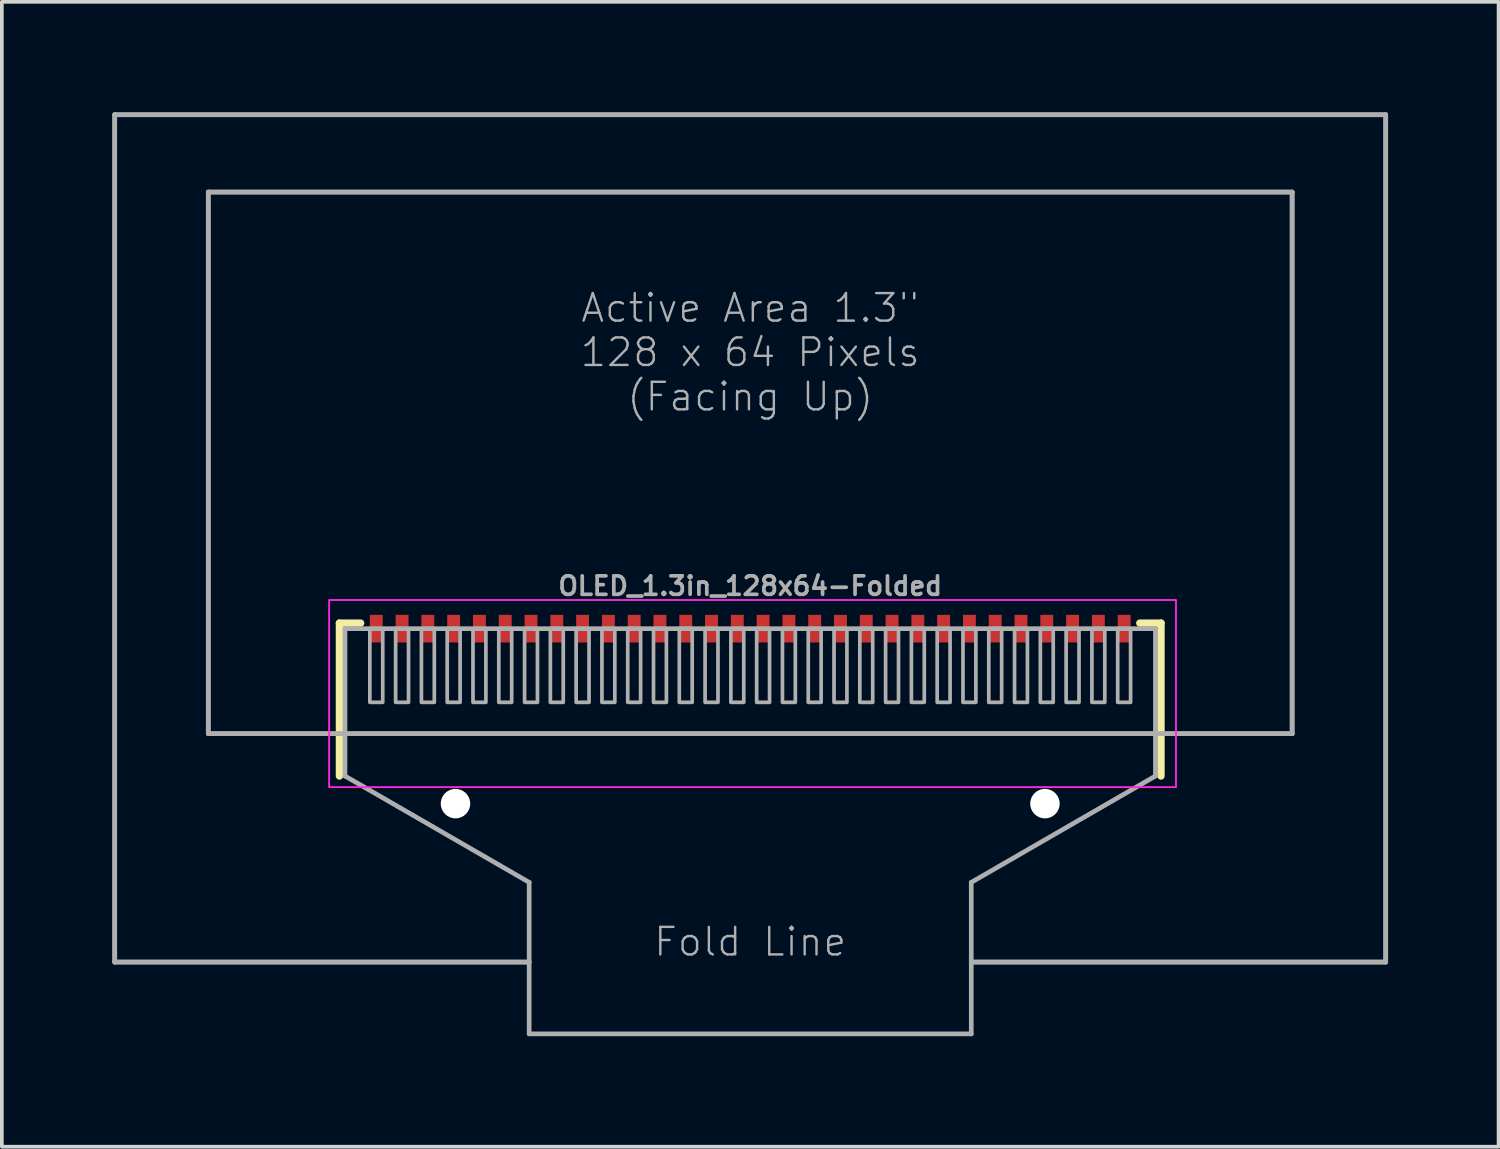
<source format=kicad_pcb>
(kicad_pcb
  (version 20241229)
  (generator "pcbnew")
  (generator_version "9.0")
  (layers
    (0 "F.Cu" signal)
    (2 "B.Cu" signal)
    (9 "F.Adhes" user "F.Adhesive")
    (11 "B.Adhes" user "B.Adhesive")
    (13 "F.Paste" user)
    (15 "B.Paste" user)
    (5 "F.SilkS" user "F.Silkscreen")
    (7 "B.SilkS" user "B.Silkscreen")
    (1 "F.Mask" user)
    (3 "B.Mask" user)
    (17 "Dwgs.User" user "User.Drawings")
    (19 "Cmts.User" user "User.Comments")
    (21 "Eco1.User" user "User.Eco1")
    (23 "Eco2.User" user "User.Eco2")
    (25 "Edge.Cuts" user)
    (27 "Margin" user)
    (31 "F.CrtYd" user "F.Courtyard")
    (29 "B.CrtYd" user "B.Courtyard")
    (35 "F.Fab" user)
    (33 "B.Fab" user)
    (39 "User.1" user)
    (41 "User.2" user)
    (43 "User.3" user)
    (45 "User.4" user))
  (footprint "OLED_1.3in_128x64-Folded"
    (layer "F.Cu")
    (at 17.314 13.014)
    (property "Reference" "OLED_1.3in_128x64-Folded" (at 0 -0.159 0) (unlocked yes) (layer "F.Fab") (effects (font (size 0.5 0.5) (thickness 0.1))))
    (fp_line (start -11.15 0.85) (end -11.15 5) (stroke (width 0.2) (type solid)) (layer "F.SilkS"))
    (fp_line (start -10.575 0.85) (end -11.15 0.85) (stroke (width 0.2) (type solid)) (layer "F.SilkS"))
    (fp_line (start 10.575 0.85) (end 11.15 0.85) (stroke (width 0.2) (type solid)) (layer "F.SilkS"))
    (fp_line (start 11.15 0.85) (end 11.15 5) (stroke (width 0.2) (type solid)) (layer "F.SilkS"))
    (fp_rect (start -11.43 0.222) (end 11.557 5.302) (stroke (width 0.05) (type default)) (fill no) (layer "F.CrtYd"))
    (fp_line (start -17.25 -12.95) (end -17.25 10.05) (stroke (width 0.127) (type solid)) (layer "F.Fab"))
    (fp_line (start -17.25 -12.95) (end -17.25 10.05) (stroke (width 0.127) (type solid)) (layer "F.Fab"))
    (fp_line (start -17.25 10.05) (end -6 10.05) (stroke (width 0.127) (type solid)) (layer "F.Fab"))
    (fp_line (start -17.25 10.05) (end -6 10.05) (stroke (width 0.127) (type solid)) (layer "F.Fab"))
    (fp_line (start -14.71 -10.85) (end -14.71 3.85) (stroke (width 0.127) (type solid)) (layer "F.Fab"))
    (fp_line (start -14.71 -10.85) (end -14.71 3.85) (stroke (width 0.127) (type solid)) (layer "F.Fab"))
    (fp_line (start -14.71 3.85) (end 14.71 3.85) (stroke (width 0.127) (type solid)) (layer "F.Fab"))
    (fp_line (start -14.71 3.85) (end 14.71 3.85) (stroke (width 0.127) (type solid)) (layer "F.Fab"))
    (fp_line (start -11 1) (end -11 5) (stroke (width 0.127) (type solid)) (layer "F.Fab"))
    (fp_line (start -11 5) (end -6 7.887) (stroke (width 0.127) (type solid)) (layer "F.Fab"))
    (fp_line (start -6 7.887) (end -6 12) (stroke (width 0.127) (type solid)) (layer "F.Fab"))
    (fp_line (start 6 7.887) (end 11 5) (stroke (width 0.127) (type solid)) (layer "F.Fab"))
    (fp_line (start 6 10.05) (end 17.25 10.05) (stroke (width 0.127) (type solid)) (layer "F.Fab"))
    (fp_line (start 6 10.05) (end 17.25 10.05) (stroke (width 0.127) (type solid)) (layer "F.Fab"))
    (fp_line (start 6 12) (end -6 12) (stroke (width 0.127) (type solid)) (layer "F.Fab"))
    (fp_line (start 6 12) (end 6 7.887) (stroke (width 0.127) (type solid)) (layer "F.Fab"))
    (fp_line (start 11 1) (end -11 1) (stroke (width 0.127) (type solid)) (layer "F.Fab"))
    (fp_line (start 11 5) (end 11 1) (stroke (width 0.127) (type solid)) (layer "F.Fab"))
    (fp_line (start 14.71 -10.85) (end -14.71 -10.85) (stroke (width 0.127) (type solid)) (layer "F.Fab"))
    (fp_line (start 14.71 -10.85) (end -14.71 -10.85) (stroke (width 0.127) (type solid)) (layer "F.Fab"))
    (fp_line (start 14.71 3.85) (end 14.71 -10.85) (stroke (width 0.127) (type solid)) (layer "F.Fab"))
    (fp_line (start 14.71 3.85) (end 14.71 -10.85) (stroke (width 0.127) (type solid)) (layer "F.Fab"))
    (fp_line (start 17.25 -12.95) (end -17.25 -12.95) (stroke (width 0.127) (type solid)) (layer "F.Fab"))
    (fp_line (start 17.25 -12.95) (end -17.25 -12.95) (stroke (width 0.127) (type solid)) (layer "F.Fab"))
    (fp_line (start 17.25 10.05) (end 17.25 -12.95) (stroke (width 0.127) (type solid)) (layer "F.Fab"))
    (fp_line (start 17.25 10.05) (end 17.25 -12.95) (stroke (width 0.127) (type solid)) (layer "F.Fab"))
    (fp_poly (pts (xy -10.325 3) (xy -9.975 3) (xy -9.975 1) (xy -10.325 1)) (stroke (width 0.1) (type default)) (fill no) (layer "F.Fab"))
    (fp_poly (pts (xy -9.625 3) (xy -9.275 3) (xy -9.275 1) (xy -9.625 1)) (stroke (width 0.1) (type default)) (fill no) (layer "F.Fab"))
    (fp_poly (pts (xy -8.925 3) (xy -8.575 3) (xy -8.575 1) (xy -8.925 1)) (stroke (width 0.1) (type default)) (fill no) (layer "F.Fab"))
    (fp_poly (pts (xy -8.225 3) (xy -7.875 3) (xy -7.875 1) (xy -8.225 1)) (stroke (width 0.1) (type default)) (fill no) (layer "F.Fab"))
    (fp_poly (pts (xy -7.525 3) (xy -7.175 3) (xy -7.175 1) (xy -7.525 1)) (stroke (width 0.1) (type default)) (fill no) (layer "F.Fab"))
    (fp_poly (pts (xy -6.825 3) (xy -6.475 3) (xy -6.475 1) (xy -6.825 1)) (stroke (width 0.1) (type default)) (fill no) (layer "F.Fab"))
    (fp_poly (pts (xy -6.125 3) (xy -5.775 3) (xy -5.775 1) (xy -6.125 1)) (stroke (width 0.1) (type default)) (fill no) (layer "F.Fab"))
    (fp_poly (pts (xy -5.425 3) (xy -5.075 3) (xy -5.075 1) (xy -5.425 1)) (stroke (width 0.1) (type default)) (fill no) (layer "F.Fab"))
    (fp_poly (pts (xy -4.725 3) (xy -4.375 3) (xy -4.375 1) (xy -4.725 1)) (stroke (width 0.1) (type default)) (fill no) (layer "F.Fab"))
    (fp_poly (pts (xy -4.025 3) (xy -3.675 3) (xy -3.675 1) (xy -4.025 1)) (stroke (width 0.1) (type default)) (fill no) (layer "F.Fab"))
    (fp_poly (pts (xy -3.325 3) (xy -2.975 3) (xy -2.975 1) (xy -3.325 1)) (stroke (width 0.1) (type default)) (fill no) (layer "F.Fab"))
    (fp_poly (pts (xy -2.625 3) (xy -2.275 3) (xy -2.275 1) (xy -2.625 1)) (stroke (width 0.1) (type default)) (fill no) (layer "F.Fab"))
    (fp_poly (pts (xy -1.925 3) (xy -1.575 3) (xy -1.575 1) (xy -1.925 1)) (stroke (width 0.1) (type default)) (fill no) (layer "F.Fab"))
    (fp_poly (pts (xy -1.225 3) (xy -0.875 3) (xy -0.875 1) (xy -1.225 1)) (stroke (width 0.1) (type default)) (fill no) (layer "F.Fab"))
    (fp_poly (pts (xy -0.525 3) (xy -0.175 3) (xy -0.175 1) (xy -0.525 1)) (stroke (width 0.1) (type default)) (fill no) (layer "F.Fab"))
    (fp_poly (pts (xy 0.175 3) (xy 0.525 3) (xy 0.525 1) (xy 0.175 1)) (stroke (width 0.1) (type default)) (fill no) (layer "F.Fab"))
    (fp_poly (pts (xy 0.875 3) (xy 1.225 3) (xy 1.225 1) (xy 0.875 1)) (stroke (width 0.1) (type default)) (fill no) (layer "F.Fab"))
    (fp_poly (pts (xy 1.575 3) (xy 1.925 3) (xy 1.925 1) (xy 1.575 1)) (stroke (width 0.1) (type default)) (fill no) (layer "F.Fab"))
    (fp_poly (pts (xy 2.275 3) (xy 2.625 3) (xy 2.625 1) (xy 2.275 1)) (stroke (width 0.1) (type default)) (fill no) (layer "F.Fab"))
    (fp_poly (pts (xy 2.975 3) (xy 3.325 3) (xy 3.325 1) (xy 2.975 1)) (stroke (width 0.1) (type default)) (fill no) (layer "F.Fab"))
    (fp_poly (pts (xy 3.675 3) (xy 4.025 3) (xy 4.025 1) (xy 3.675 1)) (stroke (width 0.1) (type default)) (fill no) (layer "F.Fab"))
    (fp_poly (pts (xy 4.375 3) (xy 4.725 3) (xy 4.725 1) (xy 4.375 1)) (stroke (width 0.1) (type default)) (fill no) (layer "F.Fab"))
    (fp_poly (pts (xy 5.075 3) (xy 5.425 3) (xy 5.425 1) (xy 5.075 1)) (stroke (width 0.1) (type default)) (fill no) (layer "F.Fab"))
    (fp_poly (pts (xy 5.775 3) (xy 6.125 3) (xy 6.125 1) (xy 5.775 1)) (stroke (width 0.1) (type default)) (fill no) (layer "F.Fab"))
    (fp_poly (pts (xy 6.475 3) (xy 6.825 3) (xy 6.825 1) (xy 6.475 1)) (stroke (width 0.1) (type default)) (fill no) (layer "F.Fab"))
    (fp_poly (pts (xy 7.175 3) (xy 7.525 3) (xy 7.525 1) (xy 7.175 1)) (stroke (width 0.1) (type default)) (fill no) (layer "F.Fab"))
    (fp_poly (pts (xy 7.875 3) (xy 8.225 3) (xy 8.225 1) (xy 7.875 1)) (stroke (width 0.1) (type default)) (fill no) (layer "F.Fab"))
    (fp_poly (pts (xy 8.575 3) (xy 8.925 3) (xy 8.925 1) (xy 8.575 1)) (stroke (width 0.1) (type default)) (fill no) (layer "F.Fab"))
    (fp_poly (pts (xy 9.275 3) (xy 9.625 3) (xy 9.625 1) (xy 9.275 1)) (stroke (width 0.1) (type default)) (fill no) (layer "F.Fab"))
    (fp_poly (pts (xy 9.975 3) (xy 10.325 3) (xy 10.325 1) (xy 9.975 1)) (stroke (width 0.1) (type default)) (fill no) (layer "F.Fab"))
    (fp_text user "Active Area 1.3\"\n128 x 64 Pixels\n(Facing Up)" (at 0 -6.5 0) (unlocked yes) (layer "F.Fab") (effects (font (size 0.748 0.748) (thickness 0.065))))
    (fp_text user "Fold Line" (at 0 9.5 0) (unlocked yes) (layer "F.Fab") (effects (font (size 0.748 0.748) (thickness 0.065))))
    (pad "" np_thru_hole circle (at -8 5.75) (size 0.8 0.8) (drill 0.8) (layers "*.Cu" "*.Mask"))
    (pad "" np_thru_hole circle (at 8 5.75) (size 0.8 0.8) (drill 0.8) (layers "*.Cu" "*.Mask"))
    (pad "1" smd rect (at -10.15 1) (size 0.35 0.75) (layers "F.Cu" "F.Mask" "F.Paste"))
    (pad "2" smd rect (at -9.45 1) (size 0.35 0.75) (layers "F.Cu" "F.Mask" "F.Paste"))
    (pad "3" smd rect (at -8.75 1) (size 0.35 0.75) (layers "F.Cu" "F.Mask" "F.Paste"))
    (pad "4" smd rect (at -8.05 1) (size 0.35 0.75) (layers "F.Cu" "F.Mask" "F.Paste"))
    (pad "5" smd rect (at -7.35 1) (size 0.35 0.75) (layers "F.Cu" "F.Mask" "F.Paste"))
    (pad "6" smd rect (at -6.65 1) (size 0.35 0.75) (layers "F.Cu" "F.Mask" "F.Paste"))
    (pad "7" smd rect (at -5.95 1) (size 0.35 0.75) (layers "F.Cu" "F.Mask" "F.Paste"))
    (pad "8" smd rect (at -5.25 1) (size 0.35 0.75) (layers "F.Cu" "F.Mask" "F.Paste"))
    (pad "9" smd rect (at -4.55 1) (size 0.35 0.75) (layers "F.Cu" "F.Mask" "F.Paste"))
    (pad "10" smd rect (at -3.85 1) (size 0.35 0.75) (layers "F.Cu" "F.Mask" "F.Paste"))
    (pad "11" smd rect (at -3.15 1) (size 0.35 0.75) (layers "F.Cu" "F.Mask" "F.Paste"))
    (pad "12" smd rect (at -2.45 1) (size 0.35 0.75) (layers "F.Cu" "F.Mask" "F.Paste"))
    (pad "13" smd rect (at -1.75 1) (size 0.35 0.75) (layers "F.Cu" "F.Mask" "F.Paste"))
    (pad "14" smd rect (at -1.05 1) (size 0.35 0.75) (layers "F.Cu" "F.Mask" "F.Paste"))
    (pad "15" smd rect (at -0.35 1) (size 0.35 0.75) (layers "F.Cu" "F.Mask" "F.Paste"))
    (pad "16" smd rect (at 0.35 1) (size 0.35 0.75) (layers "F.Cu" "F.Mask" "F.Paste"))
    (pad "17" smd rect (at 1.05 1) (size 0.35 0.75) (layers "F.Cu" "F.Mask" "F.Paste"))
    (pad "18" smd rect (at 1.75 1) (size 0.35 0.75) (layers "F.Cu" "F.Mask" "F.Paste"))
    (pad "19" smd rect (at 2.45 1) (size 0.35 0.75) (layers "F.Cu" "F.Mask" "F.Paste"))
    (pad "20" smd rect (at 3.15 1) (size 0.35 0.75) (layers "F.Cu" "F.Mask" "F.Paste"))
    (pad "21" smd rect (at 3.85 1) (size 0.35 0.75) (layers "F.Cu" "F.Mask" "F.Paste"))
    (pad "22" smd rect (at 4.55 1) (size 0.35 0.75) (layers "F.Cu" "F.Mask" "F.Paste"))
    (pad "23" smd rect (at 5.25 1) (size 0.35 0.75) (layers "F.Cu" "F.Mask" "F.Paste"))
    (pad "24" smd rect (at 5.95 1) (size 0.35 0.75) (layers "F.Cu" "F.Mask" "F.Paste"))
    (pad "25" smd rect (at 6.65 1) (size 0.35 0.75) (layers "F.Cu" "F.Mask" "F.Paste"))
    (pad "26" smd rect (at 7.35 1) (size 0.35 0.75) (layers "F.Cu" "F.Mask" "F.Paste"))
    (pad "27" smd rect (at 8.05 1) (size 0.35 0.75) (layers "F.Cu" "F.Mask" "F.Paste"))
    (pad "28" smd rect (at 8.75 1) (size 0.35 0.75) (layers "F.Cu" "F.Mask" "F.Paste"))
    (pad "29" smd rect (at 9.45 1) (size 0.35 0.75) (layers "F.Cu" "F.Mask" "F.Paste"))
    (pad "30" smd rect (at 10.15 1) (size 0.35 0.75) (layers "F.Cu" "F.Mask" "F.Paste")))
  (gr_rect
    (start -3 -3)
    (end 37.627 28.077)
    (stroke (width 0.1) (type default))
    (fill no)
    (layer "Edge.Cuts")))
</source>
